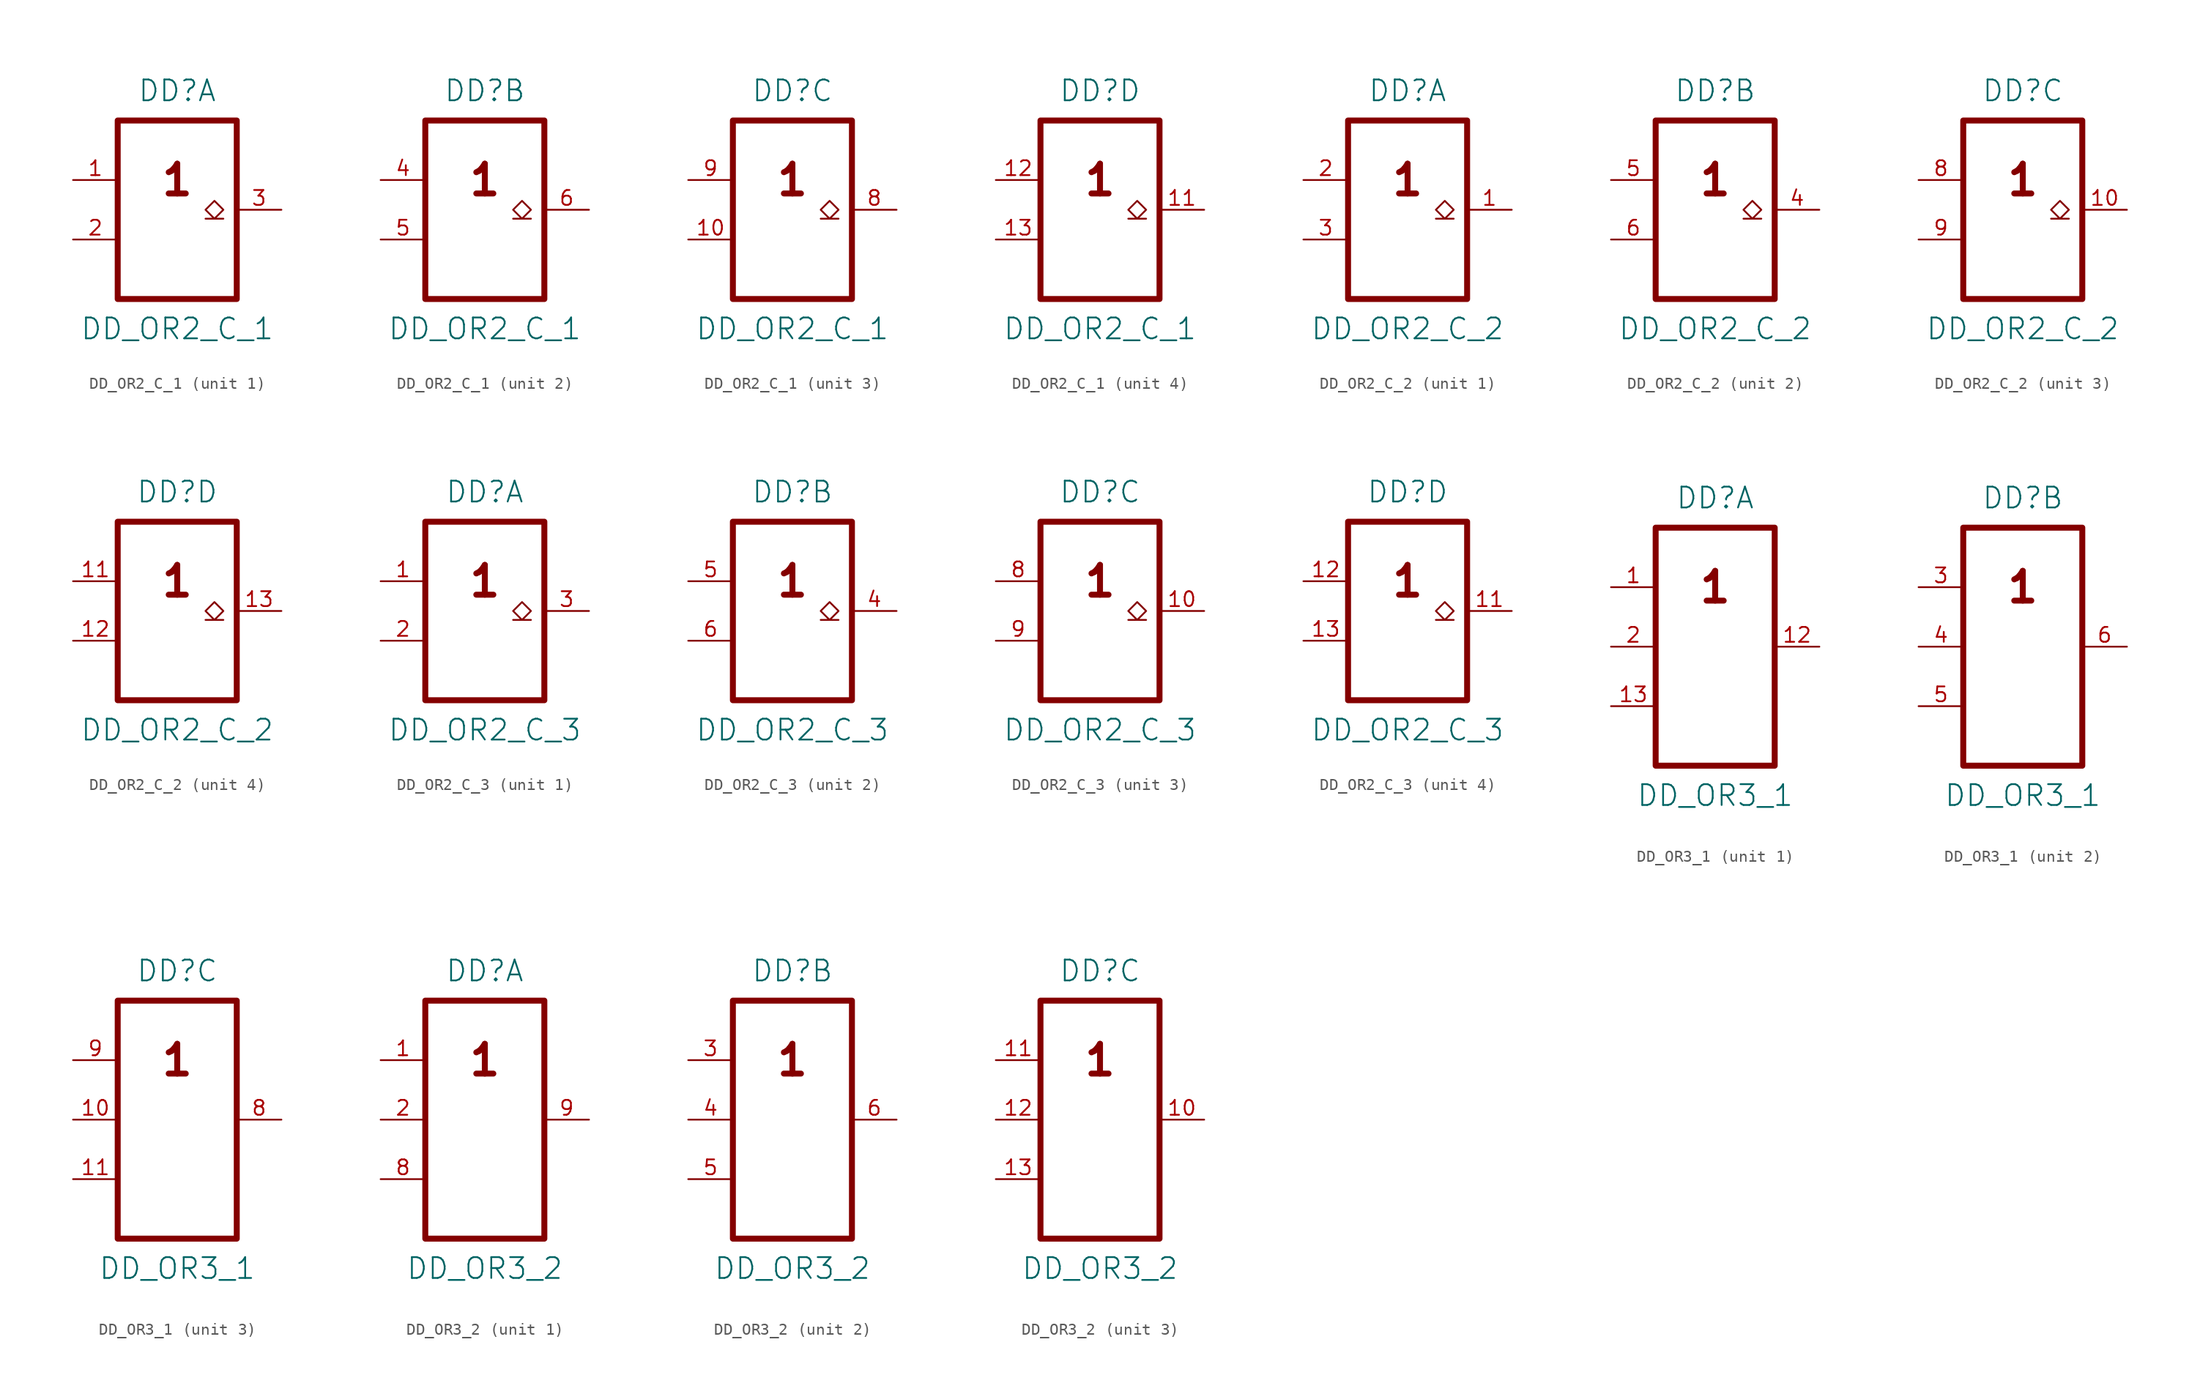
<source format=kicad_sym>
(kicad_symbol_lib
  (version 20211014)
  (generator kicad_symbol_editor)
  (symbol "DD_OR2_C_1"
    (pin_names
      (offset 1.27))
    (property "Reference" "DD"
      (at 0 10.16 0)
      (effects (font (size 1.778 1.778))))
    (property "Value" "DD_OR2_C_1"
      (at 0 -10.16 0)
      (effects (font (size 1.778 1.778))))
    (symbol "DD_OR2_C_1_0_0"
      (text "1" (at 0 2.54 0) (effects (font (size 2.54 2.54) bold))))
    (symbol "DD_OR2_C_1_0_1"
      (rectangle (start -5.08 7.62) (end 5.08 -7.62) (stroke (width 0.508) (type default) (color 0 0 0 0)) (fill (type none)))
      (polyline (pts (xy 2.413 -0.762) (xy 3.175 -0.762) (xy 2.413 0) (xy 3.175 0.762) (xy 3.937 0) (xy 3.175 -0.762) (xy 3.937 -0.762)) (stroke (width 0) (type default) (color 0 0 0 0)) (fill (type none)))
      (pin power_in non_logic (at 8.89 5.08 180) (length 3.81) hide (name "VCC" (effects (font (size 1.27 1.27)))) (number "14" (effects (font (size 1.27 1.27)))))
      (pin power_in non_logic (at 8.89 -5.08 180) (length 3.81) hide (name "GND" (effects (font (size 1.27 1.27)))) (number "7" (effects (font (size 1.27 1.27))))))
    (symbol "DD_OR2_C_1_1_1"
      (pin input line (at -8.89 2.54 0) (length 3.81) (name "~" (effects (font (size 1.778 1.778)))) (number "1" (effects (font (size 1.27 1.27)))))
      (pin input line (at -8.89 -2.54 0) (length 3.81) (name "~" (effects (font (size 1.778 1.778)))) (number "2" (effects (font (size 1.27 1.27)))))
      (pin output line (at 8.89 0 180) (length 3.81) (name "~" (effects (font (size 1.778 1.778)))) (number "3" (effects (font (size 1.27 1.27))))))
    (symbol "DD_OR2_C_1_2_1"
      (pin input line (at -8.89 2.54 0) (length 3.81) (name "~" (effects (font (size 1.778 1.778)))) (number "4" (effects (font (size 1.27 1.27)))))
      (pin input line (at -8.89 -2.54 0) (length 3.81) (name "~" (effects (font (size 1.778 1.778)))) (number "5" (effects (font (size 1.27 1.27)))))
      (pin output line (at 8.89 0 180) (length 3.81) (name "~" (effects (font (size 1.778 1.778)))) (number "6" (effects (font (size 1.27 1.27))))))
    (symbol "DD_OR2_C_1_3_1"
      (pin input line (at -8.89 -2.54 0) (length 3.81) (name "~" (effects (font (size 1.778 1.778)))) (number "10" (effects (font (size 1.27 1.27)))))
      (pin output line (at 8.89 0 180) (length 3.81) (name "~" (effects (font (size 1.778 1.778)))) (number "8" (effects (font (size 1.27 1.27)))))
      (pin input line (at -8.89 2.54 0) (length 3.81) (name "~" (effects (font (size 1.778 1.778)))) (number "9" (effects (font (size 1.27 1.27))))))
    (symbol "DD_OR2_C_1_4_1"
      (pin output line (at 8.89 0 180) (length 3.81) (name "~" (effects (font (size 1.778 1.778)))) (number "11" (effects (font (size 1.27 1.27)))))
      (pin input line (at -8.89 2.54 0) (length 3.81) (name "~" (effects (font (size 1.778 1.778)))) (number "12" (effects (font (size 1.27 1.27)))))
      (pin input line (at -8.89 -2.54 0) (length 3.81) (name "~" (effects (font (size 1.778 1.778)))) (number "13" (effects (font (size 1.27 1.27)))))))
  (symbol "DD_OR2_C_2"
    (pin_names
      (offset 1.27))
    (property "Reference" "DD"
      (at 0 10.16 0)
      (effects (font (size 1.778 1.778))))
    (property "Value" "DD_OR2_C_2"
      (at 0 -10.16 0)
      (effects (font (size 1.778 1.778))))
    (symbol "DD_OR2_C_2_0_0"
      (text "1" (at 0 2.54 0) (effects (font (size 2.54 2.54) bold))))
    (symbol "DD_OR2_C_2_0_1"
      (rectangle (start -5.08 7.62) (end 5.08 -7.62) (stroke (width 0.508) (type default) (color 0 0 0 0)) (fill (type none)))
      (polyline (pts (xy 2.413 -0.762) (xy 3.175 -0.762) (xy 2.413 0) (xy 3.175 0.762) (xy 3.937 0) (xy 3.175 -0.762) (xy 3.937 -0.762)) (stroke (width 0) (type default) (color 0 0 0 0)) (fill (type none)))
      (pin power_in non_logic (at 8.89 5.08 180) (length 3.81) hide (name "VCC" (effects (font (size 1.27 1.27)))) (number "14" (effects (font (size 1.27 1.27)))))
      (pin power_in non_logic (at 8.89 -5.08 180) (length 3.81) hide (name "GND" (effects (font (size 1.27 1.27)))) (number "7" (effects (font (size 1.27 1.27))))))
    (symbol "DD_OR2_C_2_1_1"
      (pin output line (at 8.89 0 180) (length 3.81) (name "~" (effects (font (size 1.778 1.778)))) (number "1" (effects (font (size 1.27 1.27)))))
      (pin input line (at -8.89 2.54 0) (length 3.81) (name "~" (effects (font (size 1.778 1.778)))) (number "2" (effects (font (size 1.27 1.27)))))
      (pin input line (at -8.89 -2.54 0) (length 3.81) (name "~" (effects (font (size 1.778 1.778)))) (number "3" (effects (font (size 1.27 1.27))))))
    (symbol "DD_OR2_C_2_2_1"
      (pin output line (at 8.89 0 180) (length 3.81) (name "~" (effects (font (size 1.778 1.778)))) (number "4" (effects (font (size 1.27 1.27)))))
      (pin input line (at -8.89 2.54 0) (length 3.81) (name "~" (effects (font (size 1.778 1.778)))) (number "5" (effects (font (size 1.27 1.27)))))
      (pin input line (at -8.89 -2.54 0) (length 3.81) (name "~" (effects (font (size 1.778 1.778)))) (number "6" (effects (font (size 1.27 1.27))))))
    (symbol "DD_OR2_C_2_3_1"
      (pin output line (at 8.89 0 180) (length 3.81) (name "~" (effects (font (size 1.778 1.778)))) (number "10" (effects (font (size 1.27 1.27)))))
      (pin input line (at -8.89 2.54 0) (length 3.81) (name "~" (effects (font (size 1.778 1.778)))) (number "8" (effects (font (size 1.27 1.27)))))
      (pin input line (at -8.89 -2.54 0) (length 3.81) (name "~" (effects (font (size 1.778 1.778)))) (number "9" (effects (font (size 1.27 1.27))))))
    (symbol "DD_OR2_C_2_4_1"
      (pin input line (at -8.89 2.54 0) (length 3.81) (name "~" (effects (font (size 1.778 1.778)))) (number "11" (effects (font (size 1.27 1.27)))))
      (pin input line (at -8.89 -2.54 0) (length 3.81) (name "~" (effects (font (size 1.778 1.778)))) (number "12" (effects (font (size 1.27 1.27)))))
      (pin output line (at 8.89 0 180) (length 3.81) (name "~" (effects (font (size 1.778 1.778)))) (number "13" (effects (font (size 1.27 1.27)))))))
  (symbol "DD_OR2_C_3"
    (pin_names
      (offset 1.27))
    (property "Reference" "DD"
      (at 0 10.16 0)
      (effects (font (size 1.778 1.778))))
    (property "Value" "DD_OR2_C_3"
      (at 0 -10.16 0)
      (effects (font (size 1.778 1.778))))
    (symbol "DD_OR2_C_3_0_0"
      (text "1" (at 0 2.54 0) (effects (font (size 2.54 2.54) bold))))
    (symbol "DD_OR2_C_3_0_1"
      (rectangle (start -5.08 7.62) (end 5.08 -7.62) (stroke (width 0.508) (type default) (color 0 0 0 0)) (fill (type none)))
      (polyline (pts (xy 2.413 -0.762) (xy 3.175 -0.762) (xy 2.413 0) (xy 3.175 0.762) (xy 3.937 0) (xy 3.175 -0.762) (xy 3.937 -0.762)) (stroke (width 0) (type default) (color 0 0 0 0)) (fill (type none)))
      (pin power_in non_logic (at 8.89 5.08 180) (length 3.81) hide (name "VCC" (effects (font (size 1.27 1.27)))) (number "14" (effects (font (size 1.27 1.27)))))
      (pin power_in non_logic (at 8.89 -5.08 180) (length 3.81) hide (name "GND" (effects (font (size 1.27 1.27)))) (number "7" (effects (font (size 1.27 1.27))))))
    (symbol "DD_OR2_C_3_1_1"
      (pin input line (at -8.89 2.54 0) (length 3.81) (name "~" (effects (font (size 1.778 1.778)))) (number "1" (effects (font (size 1.27 1.27)))))
      (pin input line (at -8.89 -2.54 0) (length 3.81) (name "~" (effects (font (size 1.778 1.778)))) (number "2" (effects (font (size 1.27 1.27)))))
      (pin output line (at 8.89 0 180) (length 3.81) (name "~" (effects (font (size 1.778 1.778)))) (number "3" (effects (font (size 1.27 1.27))))))
    (symbol "DD_OR2_C_3_2_1"
      (pin output line (at 8.89 0 180) (length 3.81) (name "~" (effects (font (size 1.778 1.778)))) (number "4" (effects (font (size 1.27 1.27)))))
      (pin input line (at -8.89 2.54 0) (length 3.81) (name "~" (effects (font (size 1.778 1.778)))) (number "5" (effects (font (size 1.27 1.27)))))
      (pin input line (at -8.89 -2.54 0) (length 3.81) (name "~" (effects (font (size 1.778 1.778)))) (number "6" (effects (font (size 1.27 1.27))))))
    (symbol "DD_OR2_C_3_3_1"
      (pin output line (at 8.89 0 180) (length 3.81) (name "~" (effects (font (size 1.778 1.778)))) (number "10" (effects (font (size 1.27 1.27)))))
      (pin input line (at -8.89 2.54 0) (length 3.81) (name "~" (effects (font (size 1.778 1.778)))) (number "8" (effects (font (size 1.27 1.27)))))
      (pin input line (at -8.89 -2.54 0) (length 3.81) (name "~" (effects (font (size 1.778 1.778)))) (number "9" (effects (font (size 1.27 1.27))))))
    (symbol "DD_OR2_C_3_4_1"
      (pin output line (at 8.89 0 180) (length 3.81) (name "~" (effects (font (size 1.778 1.778)))) (number "11" (effects (font (size 1.27 1.27)))))
      (pin input line (at -8.89 2.54 0) (length 3.81) (name "~" (effects (font (size 1.778 1.778)))) (number "12" (effects (font (size 1.27 1.27)))))
      (pin input line (at -8.89 -2.54 0) (length 3.81) (name "~" (effects (font (size 1.778 1.778)))) (number "13" (effects (font (size 1.27 1.27)))))))
  (symbol "DD_OR3_1"
    (pin_names
      (offset 1.27))
    (property "Reference" "DD"
      (at 0 12.7 0)
      (effects (font (size 1.778 1.778))))
    (property "Value" "DD_OR3_1"
      (at 0 -12.7 0)
      (effects (font (size 1.778 1.778))))
    (symbol "DD_OR3_1_0_0"
      (text "1" (at 0 5.08 0) (effects (font (size 2.54 2.54) bold))))
    (symbol "DD_OR3_1_0_1"
      (rectangle (start -5.08 10.16) (end 5.08 -10.16) (stroke (width 0.508) (type default) (color 0 0 0 0)) (fill (type none)))
      (pin power_in non_logic (at 8.89 7.62 180) (length 3.81) hide (name "VCC" (effects (font (size 1.27 1.27)))) (number "14" (effects (font (size 1.27 1.27)))))
      (pin power_in non_logic (at 8.89 -7.62 180) (length 3.81) hide (name "GND" (effects (font (size 1.27 1.27)))) (number "7" (effects (font (size 1.27 1.27))))))
    (symbol "DD_OR3_1_1_1"
      (pin input line (at -8.89 5.08 0) (length 3.81) (name "~" (effects (font (size 1.778 1.778)))) (number "1" (effects (font (size 1.27 1.27)))))
      (pin output line (at 8.89 0 180) (length 3.81) (name "~" (effects (font (size 1.778 1.778)))) (number "12" (effects (font (size 1.27 1.27)))))
      (pin input line (at -8.89 -5.08 0) (length 3.81) (name "~" (effects (font (size 1.778 1.778)))) (number "13" (effects (font (size 1.27 1.27)))))
      (pin input line (at -8.89 0 0) (length 3.81) (name "~" (effects (font (size 1.778 1.778)))) (number "2" (effects (font (size 1.27 1.27))))))
    (symbol "DD_OR3_1_2_1"
      (pin input line (at -8.89 5.08 0) (length 3.81) (name "~" (effects (font (size 1.778 1.778)))) (number "3" (effects (font (size 1.27 1.27)))))
      (pin input line (at -8.89 0 0) (length 3.81) (name "~" (effects (font (size 1.778 1.778)))) (number "4" (effects (font (size 1.27 1.27)))))
      (pin input line (at -8.89 -5.08 0) (length 3.81) (name "~" (effects (font (size 1.778 1.778)))) (number "5" (effects (font (size 1.27 1.27)))))
      (pin output line (at 8.89 0 180) (length 3.81) (name "~" (effects (font (size 1.778 1.778)))) (number "6" (effects (font (size 1.27 1.27))))))
    (symbol "DD_OR3_1_3_1"
      (pin input line (at -8.89 0 0) (length 3.81) (name "~" (effects (font (size 1.778 1.778)))) (number "10" (effects (font (size 1.27 1.27)))))
      (pin input line (at -8.89 -5.08 0) (length 3.81) (name "~" (effects (font (size 1.778 1.778)))) (number "11" (effects (font (size 1.27 1.27)))))
      (pin output line (at 8.89 0 180) (length 3.81) (name "~" (effects (font (size 1.778 1.778)))) (number "8" (effects (font (size 1.27 1.27)))))
      (pin input line (at -8.89 5.08 0) (length 3.81) (name "~" (effects (font (size 1.778 1.778)))) (number "9" (effects (font (size 1.27 1.27)))))))
  (symbol "DD_OR3_2"
    (pin_names
      (offset 1.27))
    (property "Reference" "DD"
      (at 0 12.7 0)
      (effects (font (size 1.778 1.778))))
    (property "Value" "DD_OR3_2"
      (at 0 -12.7 0)
      (effects (font (size 1.778 1.778))))
    (symbol "DD_OR3_2_0_0"
      (text "1" (at 0 5.08 0) (effects (font (size 2.54 2.54) bold))))
    (symbol "DD_OR3_2_0_1"
      (rectangle (start -5.08 10.16) (end 5.08 -10.16) (stroke (width 0.508) (type default) (color 0 0 0 0)) (fill (type none)))
      (pin power_in non_logic (at 8.89 7.62 180) (length 3.81) hide (name "VCC" (effects (font (size 1.27 1.27)))) (number "14" (effects (font (size 1.27 1.27)))))
      (pin power_in non_logic (at 8.89 -7.62 180) (length 3.81) hide (name "GND" (effects (font (size 1.27 1.27)))) (number "7" (effects (font (size 1.27 1.27))))))
    (symbol "DD_OR3_2_1_1"
      (pin input line (at -8.89 5.08 0) (length 3.81) (name "~" (effects (font (size 1.778 1.778)))) (number "1" (effects (font (size 1.27 1.27)))))
      (pin input line (at -8.89 0 0) (length 3.81) (name "~" (effects (font (size 1.778 1.778)))) (number "2" (effects (font (size 1.27 1.27)))))
      (pin input line (at -8.89 -5.08 0) (length 3.81) (name "~" (effects (font (size 1.778 1.778)))) (number "8" (effects (font (size 1.27 1.27)))))
      (pin output line (at 8.89 0 180) (length 3.81) (name "~" (effects (font (size 1.778 1.778)))) (number "9" (effects (font (size 1.27 1.27))))))
    (symbol "DD_OR3_2_2_1"
      (pin input line (at -8.89 5.08 0) (length 3.81) (name "~" (effects (font (size 1.778 1.778)))) (number "3" (effects (font (size 1.27 1.27)))))
      (pin input line (at -8.89 0 0) (length 3.81) (name "~" (effects (font (size 1.778 1.778)))) (number "4" (effects (font (size 1.27 1.27)))))
      (pin input line (at -8.89 -5.08 0) (length 3.81) (name "~" (effects (font (size 1.778 1.778)))) (number "5" (effects (font (size 1.27 1.27)))))
      (pin output line (at 8.89 0 180) (length 3.81) (name "~" (effects (font (size 1.778 1.778)))) (number "6" (effects (font (size 1.27 1.27))))))
    (symbol "DD_OR3_2_3_1"
      (pin output line (at 8.89 0 180) (length 3.81) (name "~" (effects (font (size 1.778 1.778)))) (number "10" (effects (font (size 1.27 1.27)))))
      (pin input line (at -8.89 5.08 0) (length 3.81) (name "~" (effects (font (size 1.778 1.778)))) (number "11" (effects (font (size 1.27 1.27)))))
      (pin input line (at -8.89 0 0) (length 3.81) (name "~" (effects (font (size 1.778 1.778)))) (number "12" (effects (font (size 1.27 1.27)))))
      (pin input line (at -8.89 -5.08 0) (length 3.81) (name "~" (effects (font (size 1.778 1.778)))) (number "13" (effects (font (size 1.27 1.27))))))))
</source>
